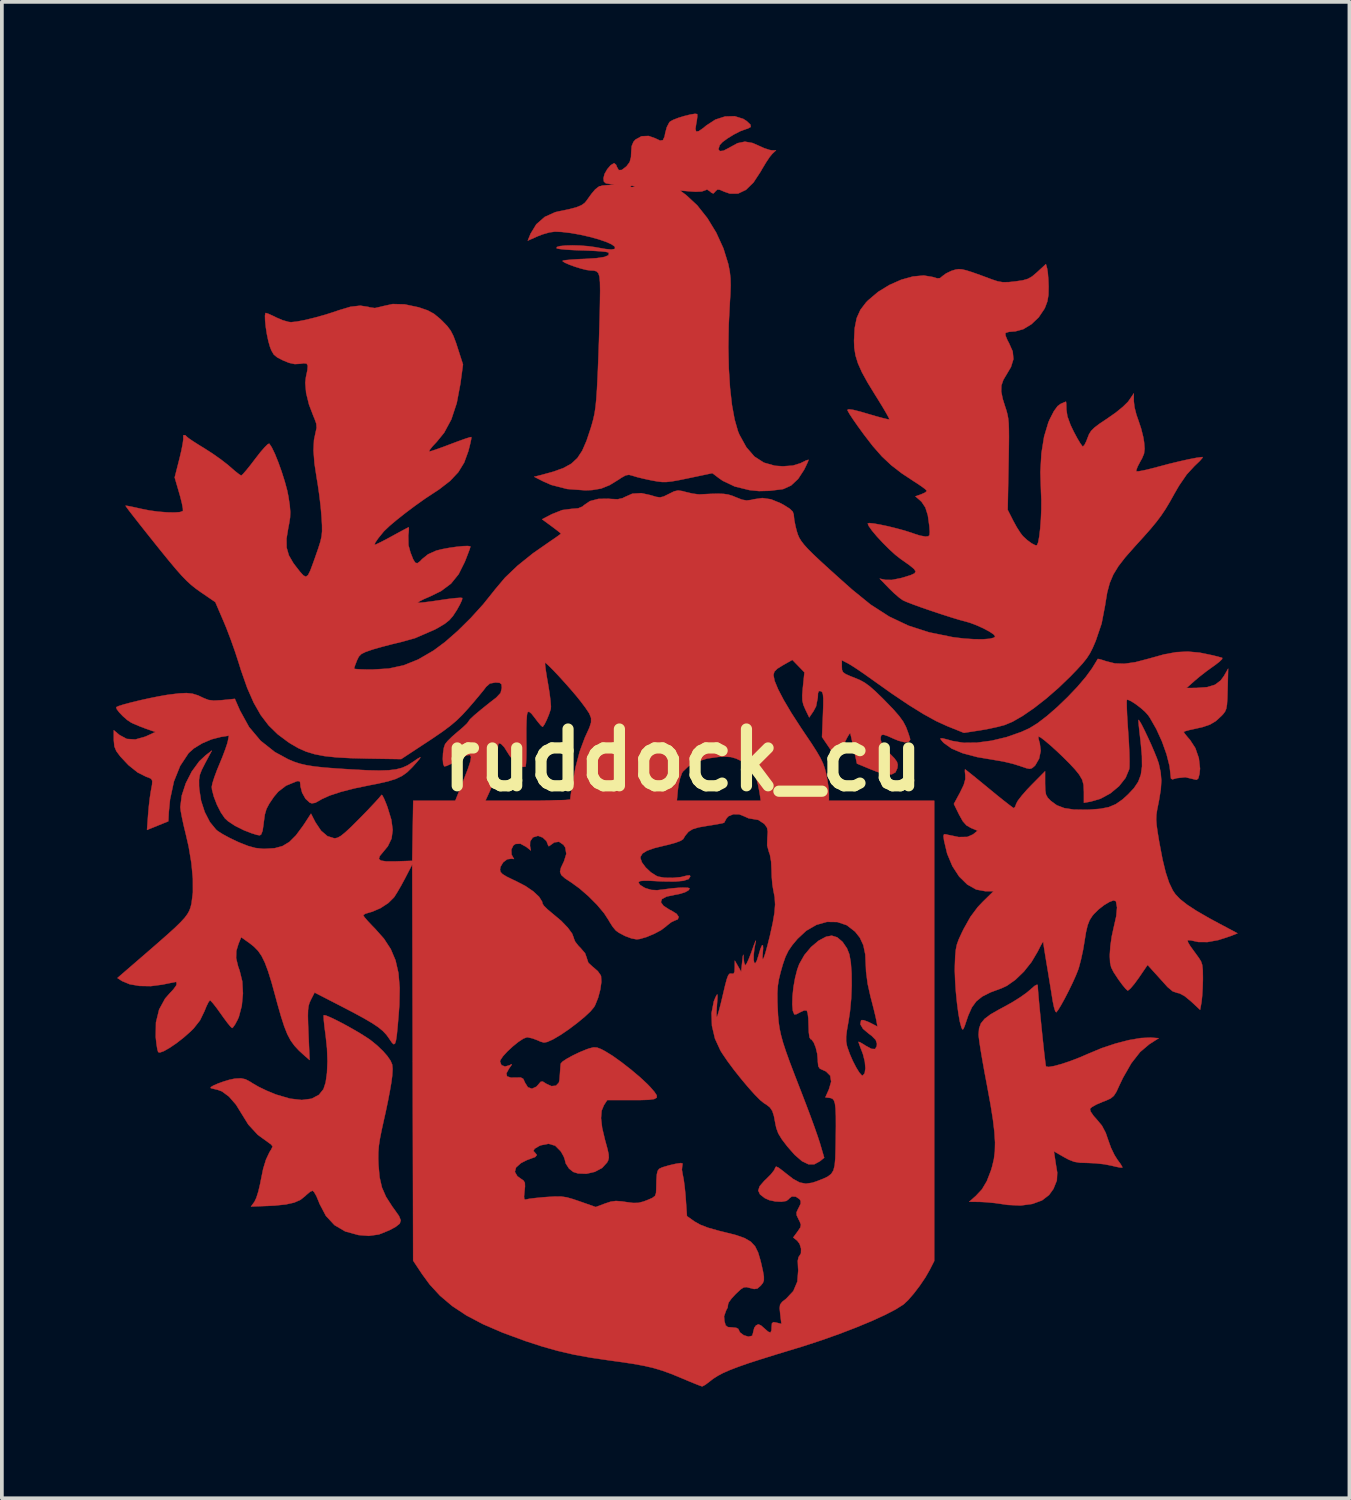
<source format=kicad_pcb>
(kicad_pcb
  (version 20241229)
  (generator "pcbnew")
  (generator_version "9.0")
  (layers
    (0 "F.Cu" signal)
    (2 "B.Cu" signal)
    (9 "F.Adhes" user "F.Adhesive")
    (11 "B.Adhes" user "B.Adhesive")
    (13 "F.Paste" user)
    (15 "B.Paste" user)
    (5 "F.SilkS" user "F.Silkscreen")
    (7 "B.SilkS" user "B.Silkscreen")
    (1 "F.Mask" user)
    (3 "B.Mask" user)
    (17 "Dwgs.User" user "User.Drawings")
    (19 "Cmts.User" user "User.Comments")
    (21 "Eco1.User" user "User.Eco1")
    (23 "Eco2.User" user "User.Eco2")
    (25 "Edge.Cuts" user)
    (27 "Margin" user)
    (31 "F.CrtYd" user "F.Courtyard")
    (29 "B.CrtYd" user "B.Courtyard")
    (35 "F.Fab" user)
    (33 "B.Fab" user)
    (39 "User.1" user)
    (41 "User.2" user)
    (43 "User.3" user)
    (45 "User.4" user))
  (footprint "ruddock_cu"
    (layer "F.Cu")
    (at 15.285 17.357)
    (property "Reference" "ruddock_cu" (at 0 0 0) (layer "F.SilkS") (effects (font (size 1.524 1.524) (thickness 0.3))))
    (attr through_hole)
    (fp_poly (pts (xy -9.587 6.856) (xy -9.465 6.906) (xy -9.295 6.988) (xy -9.095 7.092) (xy -8.884 7.209) (xy -8.679 7.328) (xy -8.499 7.441) (xy -8.385 7.519) (xy -8.209 7.662) (xy -8.044 7.821) (xy -7.933 7.949) (xy -7.849 8.072) (xy -7.806 8.173) (xy -7.794 8.292) (xy -7.805 8.468) (xy -7.806 8.483) (xy -7.827 8.645) (xy -7.867 8.878) (xy -7.92 9.156) (xy -7.982 9.453) (xy -8.015 9.599) (xy -8.085 9.915) (xy -8.134 10.159) (xy -8.164 10.356) (xy -8.178 10.53) (xy -8.18 10.706) (xy -8.174 10.864) (xy -8.144 11.2) (xy -8.081 11.474) (xy -7.971 11.725) (xy -7.801 11.99) (xy -7.738 12.076) (xy -7.623 12.239) (xy -7.576 12.355) (xy -7.603 12.444) (xy -7.711 12.53) (xy -7.888 12.625) (xy -8.162 12.735) (xy -8.432 12.773) (xy -8.71 12.751) (xy -9.064 12.655) (xy -9.355 12.484) (xy -9.586 12.235) (xy -9.759 11.906) (xy -9.775 11.861) (xy -9.84 11.706) (xy -9.902 11.597) (xy -9.944 11.559) (xy -10.013 11.592) (xy -10.112 11.675) (xy -10.14 11.703) (xy -10.268 11.805) (xy -10.436 11.879) (xy -10.661 11.929) (xy -10.96 11.96) (xy -11.144 11.969) (xy -11.597 11.986) (xy -11.504 11.859) (xy -11.453 11.752) (xy -11.398 11.578) (xy -11.349 11.368) (xy -11.335 11.295) (xy -11.269 10.971) (xy -11.193 10.723) (xy -11.099 10.525) (xy -11.051 10.45) (xy -11.016 10.37) (xy -11.062 10.314) (xy -11.082 10.301) (xy -11.413 10.061) (xy -11.667 9.786) (xy -11.822 9.536) (xy -11.997 9.253) (xy -12.186 9.035) (xy -12.376 8.894) (xy -12.49 8.852) (xy -12.608 8.824) (xy -12.675 8.807) (xy -12.677 8.781) (xy -12.605 8.737) (xy -12.484 8.684) (xy -12.334 8.63) (xy -12.179 8.583) (xy -12.041 8.554) (xy -12.018 8.551) (xy -11.865 8.543) (xy -11.744 8.569) (xy -11.609 8.641) (xy -11.551 8.679) (xy -11.39 8.772) (xy -11.176 8.875) (xy -10.952 8.968) (xy -10.917 8.981) (xy -10.548 9.089) (xy -10.232 9.125) (xy -9.971 9.091) (xy -9.773 8.987) (xy -9.651 8.835) (xy -9.592 8.654) (xy -9.556 8.398) (xy -9.543 8.088) (xy -9.555 7.746) (xy -9.592 7.394) (xy -9.592 7.393) (xy -9.621 7.177) (xy -9.64 7) (xy -9.647 6.883) (xy -9.643 6.848) (xy -9.587 6.856)) (stroke (width 0.01) (type solid)) (fill yes) (layer "F.Cu"))
    (fp_poly (pts (xy 9.525 6.048) (xy 9.53 6.141) (xy 9.543 6.307) (xy 9.563 6.529) (xy 9.588 6.79) (xy 9.616 7.071) (xy 9.645 7.356) (xy 9.674 7.627) (xy 9.7 7.867) (xy 9.723 8.059) (xy 9.739 8.184) (xy 9.748 8.226) (xy 9.821 8.238) (xy 9.966 8.213) (xy 10.166 8.159) (xy 10.403 8.079) (xy 10.658 7.981) (xy 10.884 7.883) (xy 11.243 7.733) (xy 11.614 7.61) (xy 11.972 7.517) (xy 12.293 7.462) (xy 12.553 7.45) (xy 12.571 7.451) (xy 12.774 7.466) (xy 12.518 7.63) (xy 12.275 7.836) (xy 12.039 8.137) (xy 11.814 8.53) (xy 11.716 8.735) (xy 11.637 8.907) (xy 11.568 9.013) (xy 11.484 9.083) (xy 11.356 9.142) (xy 11.263 9.177) (xy 11.101 9.246) (xy 10.98 9.314) (xy 10.928 9.363) (xy 10.946 9.437) (xy 11.025 9.552) (xy 11.108 9.645) (xy 11.25 9.815) (xy 11.351 10.007) (xy 11.417 10.199) (xy 11.491 10.405) (xy 11.585 10.601) (xy 11.667 10.731) (xy 11.75 10.844) (xy 11.795 10.922) (xy 11.797 10.94) (xy 11.743 10.939) (xy 11.622 10.916) (xy 11.507 10.888) (xy 11.312 10.85) (xy 11.074 10.824) (xy 10.87 10.815) (xy 10.66 10.809) (xy 10.506 10.784) (xy 10.364 10.73) (xy 10.232 10.659) (xy 9.96 10.503) (xy 9.989 10.696) (xy 10.017 10.88) (xy 10.047 11.061) (xy 10.049 11.069) (xy 10.039 11.285) (xy 9.947 11.513) (xy 9.829 11.676) (xy 9.64 11.821) (xy 9.38 11.916) (xy 9.068 11.958) (xy 8.72 11.942) (xy 8.607 11.925) (xy 8.377 11.892) (xy 8.136 11.869) (xy 7.973 11.861) (xy 7.686 11.857) (xy 7.864 11.7) (xy 8.029 11.523) (xy 8.16 11.302) (xy 8.271 11.014) (xy 8.303 10.906) (xy 8.349 10.711) (xy 8.375 10.502) (xy 8.38 10.266) (xy 8.363 9.989) (xy 8.324 9.658) (xy 8.261 9.26) (xy 8.173 8.781) (xy 8.161 8.715) (xy 8.097 8.377) (xy 8.041 8.062) (xy 7.994 7.786) (xy 7.96 7.566) (xy 7.941 7.417) (xy 7.938 7.37) (xy 7.951 7.204) (xy 8 7.069) (xy 8.098 6.948) (xy 8.258 6.827) (xy 8.494 6.692) (xy 8.591 6.641) (xy 8.821 6.514) (xy 9.041 6.377) (xy 9.222 6.25) (xy 9.31 6.176) (xy 9.44 6.063) (xy 9.511 6.027) (xy 9.525 6.048)) (stroke (width 0.01) (type solid)) (fill yes) (layer "F.Cu"))
    (fp_poly (pts (xy -13.167 -1.783) (xy -13.016 -1.736) (xy -12.859 -1.662) (xy -12.738 -1.615) (xy -12.596 -1.598) (xy -12.4 -1.608) (xy -12.363 -1.611) (xy -12.03 -1.645) (xy -11.892 -1.331) (xy -11.649 -0.889) (xy -11.338 -0.519) (xy -10.955 -0.216) (xy -10.596 -0.021) (xy -10.442 0.044) (xy -10.283 0.096) (xy -10.101 0.138) (xy -9.883 0.172) (xy -9.611 0.201) (xy -9.271 0.227) (xy -8.873 0.252) (xy -8.471 0.273) (xy -8.151 0.28) (xy -7.899 0.272) (xy -7.699 0.248) (xy -7.536 0.205) (xy -7.393 0.141) (xy -7.257 0.054) (xy -7.244 0.045) (xy -7.13 -0.033) (xy -7.058 -0.073) (xy -7.045 -0.073) (xy -7.076 -0.025) (xy -7.158 0.072) (xy -7.272 0.198) (xy -7.404 0.326) (xy -7.542 0.425) (xy -7.705 0.503) (xy -7.915 0.569) (xy -8.191 0.632) (xy -8.384 0.669) (xy -8.811 0.757) (xy -9.18 0.852) (xy -9.48 0.95) (xy -9.697 1.048) (xy -9.737 1.072) (xy -9.87 1.146) (xy -9.963 1.161) (xy -10.021 1.141) (xy -10.133 1.037) (xy -10.223 0.876) (xy -10.268 0.703) (xy -10.269 0.669) (xy -10.281 0.577) (xy -10.336 0.561) (xy -10.381 0.573) (xy -10.655 0.686) (xy -10.866 0.848) (xy -10.981 0.985) (xy -11.104 1.166) (xy -11.181 1.311) (xy -11.225 1.461) (xy -11.252 1.656) (xy -11.258 1.711) (xy -11.285 1.897) (xy -11.324 1.997) (xy -11.361 2.02) (xy -11.44 2.007) (xy -11.581 1.963) (xy -11.757 1.895) (xy -11.793 1.88) (xy -12.026 1.764) (xy -12.214 1.639) (xy -12.297 1.563) (xy -12.405 1.406) (xy -12.509 1.202) (xy -12.593 0.985) (xy -12.643 0.793) (xy -12.65 0.717) (xy -12.631 0.62) (xy -12.58 0.459) (xy -12.506 0.26) (xy -12.452 0.13) (xy -12.363 -0.086) (xy -12.288 -0.285) (xy -12.236 -0.439) (xy -12.221 -0.495) (xy -12.189 -0.656) (xy -12.407 -0.622) (xy -12.655 -0.558) (xy -12.907 -0.451) (xy -13.127 -0.317) (xy -13.271 -0.189) (xy -13.499 0.156) (xy -13.666 0.573) (xy -13.77 1.056) (xy -13.804 1.404) (xy -13.816 1.643) (xy -14.388 1.875) (xy -14.359 1.471) (xy -14.339 1.242) (xy -14.313 1.017) (xy -14.286 0.841) (xy -14.284 0.829) (xy -14.252 0.657) (xy -14.247 0.557) (xy -14.276 0.503) (xy -14.347 0.468) (xy -14.408 0.448) (xy -14.641 0.331) (xy -14.888 0.133) (xy -15.104 -0.097) (xy -15.212 -0.241) (xy -15.264 -0.367) (xy -15.279 -0.523) (xy -15.28 -0.555) (xy -15.28 -0.803) (xy -15.127 -0.674) (xy -14.932 -0.569) (xy -14.703 -0.554) (xy -14.437 -0.629) (xy -14.387 -0.651) (xy -14.163 -0.755) (xy -14.414 -0.842) (xy -14.592 -0.91) (xy -14.758 -0.98) (xy -14.817 -1.009) (xy -14.921 -1.078) (xy -15.034 -1.177) (xy -15.135 -1.282) (xy -15.202 -1.372) (xy -15.214 -1.422) (xy -15.146 -1.453) (xy -15.001 -1.498) (xy -14.8 -1.551) (xy -14.564 -1.608) (xy -14.313 -1.663) (xy -14.069 -1.712) (xy -13.853 -1.75) (xy -13.795 -1.758) (xy -13.527 -1.791) (xy -13.327 -1.8) (xy -13.167 -1.783)) (stroke (width 0.01) (type solid)) (fill yes) (layer "F.Cu"))
    (fp_poly (pts (xy 13.873 -2.885) (xy 14.233 -2.811) (xy 14.479 -2.746) (xy 14.475 -2.712) (xy 14.402 -2.64) (xy 14.274 -2.542) (xy 14.255 -2.529) (xy 14.064 -2.392) (xy 13.868 -2.239) (xy 13.742 -2.133) (xy 13.519 -1.935) (xy 13.791 -1.938) (xy 14.075 -1.959) (xy 14.284 -2.023) (xy 14.437 -2.138) (xy 14.524 -2.257) (xy 14.638 -2.456) (xy 14.624 -1.901) (xy 14.617 -1.658) (xy 14.606 -1.492) (xy 14.587 -1.381) (xy 14.555 -1.303) (xy 14.504 -1.235) (xy 14.461 -1.189) (xy 14.311 -1.051) (xy 14.153 -0.956) (xy 13.953 -0.887) (xy 13.754 -0.842) (xy 13.594 -0.807) (xy 13.482 -0.776) (xy 13.444 -0.756) (xy 13.475 -0.708) (xy 13.552 -0.613) (xy 13.613 -0.544) (xy 13.757 -0.323) (xy 13.851 -0.052) (xy 13.883 0.227) (xy 13.869 0.37) (xy 13.837 0.49) (xy 13.792 0.529) (xy 13.751 0.522) (xy 13.488 0.459) (xy 13.255 0.485) (xy 13.248 0.488) (xy 13.144 0.517) (xy 13.103 0.497) (xy 13.096 0.432) (xy 13.065 0.161) (xy 12.984 -0.158) (xy 12.862 -0.5) (xy 12.71 -0.834) (xy 12.539 -1.133) (xy 12.492 -1.203) (xy 12.407 -1.298) (xy 12.286 -1.404) (xy 12.153 -1.505) (xy 12.031 -1.583) (xy 11.945 -1.621) (xy 11.92 -1.618) (xy 11.914 -1.562) (xy 11.916 -1.423) (xy 11.924 -1.219) (xy 11.939 -0.967) (xy 11.954 -0.751) (xy 11.973 -0.461) (xy 11.985 -0.195) (xy 11.99 0.026) (xy 11.988 0.183) (xy 11.982 0.243) (xy 11.884 0.477) (xy 11.709 0.699) (xy 11.477 0.892) (xy 11.21 1.037) (xy 10.951 1.113) (xy 10.765 1.146) (xy 10.765 0.853) (xy 10.756 0.663) (xy 10.719 0.526) (xy 10.641 0.393) (xy 10.622 0.367) (xy 10.521 0.244) (xy 10.38 0.093) (xy 10.215 -0.072) (xy 10.041 -0.238) (xy 9.872 -0.391) (xy 9.724 -0.517) (xy 9.612 -0.603) (xy 9.55 -0.633) (xy 9.544 -0.631) (xy 9.546 -0.576) (xy 9.575 -0.467) (xy 9.581 -0.45) (xy 9.606 -0.249) (xy 9.562 -0.038) (xy 9.46 0.139) (xy 9.427 0.172) (xy 9.368 0.219) (xy 9.307 0.234) (xy 9.217 0.216) (xy 9.066 0.164) (xy 9.043 0.156) (xy 8.84 0.094) (xy 8.594 0.036) (xy 8.384 0.000332) (xy 7.902 -0.081) (xy 7.513 -0.184) (xy 7.216 -0.309) (xy 7.006 -0.459) (xy 6.975 -0.491) (xy 6.922 -0.555) (xy 6.917 -0.586) (xy 6.974 -0.584) (xy 7.105 -0.551) (xy 7.233 -0.514) (xy 7.533 -0.465) (xy 7.892 -0.469) (xy 8.286 -0.521) (xy 8.691 -0.618) (xy 9.084 -0.756) (xy 9.302 -0.855) (xy 9.517 -0.988) (xy 9.772 -1.183) (xy 10.048 -1.423) (xy 10.325 -1.689) (xy 10.587 -1.964) (xy 10.813 -2.229) (xy 10.986 -2.466) (xy 11.01 -2.506) (xy 11.083 -2.625) (xy 11.13 -2.703) (xy 11.138 -2.717) (xy 11.185 -2.71) (xy 11.295 -2.677) (xy 11.359 -2.655) (xy 11.595 -2.596) (xy 11.851 -2.587) (xy 12.146 -2.629) (xy 12.502 -2.722) (xy 12.533 -2.731) (xy 12.914 -2.837) (xy 13.244 -2.898) (xy 13.553 -2.914) (xy 13.873 -2.885)) (stroke (width 0.01) (type solid)) (fill yes) (layer "F.Cu"))
    (fp_poly (pts (xy 12.258 -1.052) (xy 12.316 -0.952) (xy 12.393 -0.799) (xy 12.482 -0.612) (xy 12.574 -0.411) (xy 12.658 -0.215) (xy 12.727 -0.045) (xy 12.771 0.082) (xy 12.776 0.099) (xy 12.826 0.331) (xy 12.844 0.548) (xy 12.83 0.784) (xy 12.783 1.072) (xy 12.765 1.165) (xy 12.731 1.335) (xy 12.711 1.471) (xy 12.706 1.598) (xy 12.717 1.743) (xy 12.743 1.93) (xy 12.785 2.185) (xy 12.793 2.229) (xy 12.876 2.665) (xy 12.961 3.014) (xy 13.051 3.287) (xy 13.15 3.495) (xy 13.219 3.598) (xy 13.345 3.731) (xy 13.533 3.88) (xy 13.793 4.05) (xy 14.133 4.246) (xy 14.379 4.379) (xy 14.889 4.65) (xy 14.7 4.725) (xy 14.376 4.831) (xy 14.081 4.885) (xy 13.836 4.883) (xy 13.768 4.868) (xy 13.641 4.84) (xy 13.56 4.835) (xy 13.55 4.839) (xy 13.56 4.89) (xy 13.616 4.986) (xy 13.634 5.011) (xy 13.742 5.16) (xy 13.852 5.311) (xy 13.853 5.313) (xy 13.909 5.402) (xy 13.942 5.5) (xy 13.957 5.635) (xy 13.96 5.834) (xy 13.96 5.9) (xy 13.953 6.125) (xy 13.94 6.334) (xy 13.924 6.491) (xy 13.919 6.52) (xy 13.885 6.705) (xy 13.642 6.478) (xy 13.469 6.336) (xy 13.329 6.261) (xy 13.277 6.251) (xy 13.151 6.209) (xy 13.014 6.095) (xy 13.009 6.09) (xy 12.889 5.957) (xy 12.745 5.797) (xy 12.669 5.714) (xy 12.475 5.499) (xy 12.234 5.852) (xy 12.119 6.009) (xy 12.02 6.126) (xy 11.952 6.184) (xy 11.938 6.187) (xy 11.885 6.139) (xy 11.796 6.031) (xy 11.688 5.884) (xy 11.672 5.859) (xy 11.562 5.692) (xy 11.498 5.565) (xy 11.469 5.442) (xy 11.461 5.282) (xy 11.461 5.218) (xy 11.476 4.993) (xy 11.513 4.733) (xy 11.56 4.518) (xy 11.633 4.195) (xy 11.655 3.957) (xy 11.628 3.803) (xy 11.617 3.783) (xy 11.556 3.768) (xy 11.445 3.81) (xy 11.306 3.894) (xy 11.161 4.007) (xy 11.031 4.135) (xy 10.99 4.186) (xy 10.918 4.298) (xy 10.865 4.434) (xy 10.821 4.62) (xy 10.784 4.848) (xy 10.742 5.1) (xy 10.687 5.354) (xy 10.631 5.568) (xy 10.61 5.631) (xy 10.548 5.787) (xy 10.46 5.982) (xy 10.358 6.192) (xy 10.252 6.398) (xy 10.153 6.577) (xy 10.073 6.708) (xy 10.023 6.771) (xy 10.022 6.771) (xy 9.995 6.739) (xy 9.962 6.631) (xy 9.928 6.468) (xy 9.923 6.437) (xy 9.891 6.234) (xy 9.848 5.973) (xy 9.802 5.69) (xy 9.77 5.499) (xy 9.732 5.269) (xy 9.701 5.075) (xy 9.68 4.938) (xy 9.673 4.879) (xy 9.653 4.898) (xy 9.601 4.988) (xy 9.529 5.131) (xy 9.521 5.146) (xy 9.359 5.42) (xy 9.154 5.678) (xy 8.926 5.898) (xy 8.696 6.06) (xy 8.558 6.124) (xy 8.258 6.235) (xy 8.038 6.346) (xy 7.877 6.475) (xy 7.758 6.638) (xy 7.662 6.852) (xy 7.617 6.983) (xy 7.563 7.143) (xy 7.528 7.221) (xy 7.503 7.23) (xy 7.478 7.183) (xy 7.476 7.175) (xy 7.435 7.024) (xy 7.395 6.799) (xy 7.359 6.525) (xy 7.329 6.227) (xy 7.309 5.929) (xy 7.299 5.657) (xy 7.301 5.514) (xy 7.31 5.271) (xy 7.326 5.095) (xy 7.355 4.951) (xy 7.407 4.808) (xy 7.489 4.631) (xy 7.536 4.535) (xy 7.718 4.21) (xy 7.915 3.946) (xy 8.046 3.808) (xy 8.337 3.522) (xy 8.131 3.522) (xy 7.874 3.475) (xy 7.633 3.339) (xy 7.416 3.126) (xy 7.234 2.847) (xy 7.094 2.512) (xy 7.011 2.163) (xy 6.995 2.04) (xy 7.01 1.991) (xy 7.068 1.994) (xy 7.099 2.003) (xy 7.402 2.066) (xy 7.634 2.062) (xy 7.788 1.995) (xy 7.91 1.896) (xy 7.732 1.821) (xy 7.611 1.751) (xy 7.513 1.64) (xy 7.414 1.462) (xy 7.274 1.177) (xy 7.439 0.872) (xy 7.539 0.666) (xy 7.582 0.511) (xy 7.581 0.407) (xy 7.57 0.299) (xy 7.573 0.248) (xy 7.574 0.248) (xy 7.616 0.278) (xy 7.721 0.361) (xy 7.876 0.486) (xy 8.069 0.644) (xy 8.221 0.769) (xy 8.433 0.943) (xy 8.619 1.092) (xy 8.766 1.206) (xy 8.859 1.275) (xy 8.885 1.29) (xy 8.921 1.248) (xy 8.949 1.17) (xy 8.995 1.086) (xy 9.097 0.954) (xy 9.237 0.794) (xy 9.351 0.675) (xy 9.723 0.299) (xy 9.723 0.626) (xy 9.728 0.808) (xy 9.747 0.924) (xy 9.793 1.009) (xy 9.877 1.095) (xy 9.877 1.096) (xy 10.039 1.213) (xy 10.239 1.289) (xy 10.495 1.328) (xy 10.824 1.333) (xy 10.914 1.33) (xy 11.208 1.307) (xy 11.434 1.262) (xy 11.621 1.183) (xy 11.8 1.058) (xy 11.947 0.925) (xy 12.109 0.753) (xy 12.223 0.583) (xy 12.294 0.395) (xy 12.326 0.17) (xy 12.323 -0.11) (xy 12.291 -0.465) (xy 12.285 -0.521) (xy 12.259 -0.741) (xy 12.24 -0.922) (xy 12.23 -1.041) (xy 12.23 -1.081) (xy 12.258 -1.052)) (stroke (width 0.01) (type solid)) (fill yes) (layer "F.Cu"))
    (fp_poly (pts (xy 0.383 -17.344) (xy 0.387 -17.286) (xy 0.372 -17.166) (xy 0.358 -17.094) (xy 0.336 -16.946) (xy 0.355 -16.876) (xy 0.423 -16.885) (xy 0.546 -16.969) (xy 0.626 -17.036) (xy 0.871 -17.196) (xy 1.132 -17.28) (xy 1.389 -17.287) (xy 1.621 -17.215) (xy 1.712 -17.156) (xy 1.812 -17.062) (xy 1.821 -16.999) (xy 1.741 -16.955) (xy 1.699 -16.943) (xy 1.549 -16.889) (xy 1.374 -16.8) (xy 1.202 -16.695) (xy 1.063 -16.593) (xy 0.987 -16.511) (xy 0.953 -16.401) (xy 0.99 -16.35) (xy 1.087 -16.36) (xy 1.233 -16.435) (xy 1.243 -16.441) (xy 1.466 -16.563) (xy 1.664 -16.604) (xy 1.868 -16.568) (xy 2.024 -16.5) (xy 2.184 -16.428) (xy 2.325 -16.382) (xy 2.389 -16.371) (xy 2.499 -16.371) (xy 2.398 -16.276) (xy 2.327 -16.19) (xy 2.229 -16.042) (xy 2.121 -15.862) (xy 2.088 -15.803) (xy 1.894 -15.507) (xy 1.692 -15.31) (xy 1.481 -15.21) (xy 1.26 -15.209) (xy 1.112 -15.26) (xy 0.992 -15.312) (xy 0.926 -15.318) (xy 0.88 -15.279) (xy 0.87 -15.266) (xy 0.818 -15.212) (xy 0.765 -15.232) (xy 0.728 -15.267) (xy 0.647 -15.32) (xy 0.591 -15.295) (xy 0.505 -15.266) (xy 0.34 -15.259) (xy 0.231 -15.266) (xy -0.074 -15.291) (xy 0.094 -15.163) (xy 0.383 -14.895) (xy 0.655 -14.552) (xy 0.895 -14.159) (xy 1.087 -13.739) (xy 1.217 -13.319) (xy 1.22 -13.305) (xy 1.257 -13.117) (xy 1.277 -12.939) (xy 1.282 -12.741) (xy 1.273 -12.493) (xy 1.261 -12.306) (xy 1.229 -11.684) (xy 1.219 -11.084) (xy 1.231 -10.518) (xy 1.264 -9.998) (xy 1.316 -9.535) (xy 1.388 -9.143) (xy 1.477 -8.832) (xy 1.515 -8.739) (xy 1.703 -8.399) (xy 1.92 -8.149) (xy 2.174 -7.986) (xy 2.471 -7.902) (xy 2.685 -7.888) (xy 2.95 -7.907) (xy 3.155 -7.97) (xy 3.188 -7.987) (xy 3.301 -8.042) (xy 3.367 -8.063) (xy 3.373 -8.06) (xy 3.353 -8.004) (xy 3.3 -7.89) (xy 3.252 -7.793) (xy 3.093 -7.549) (xy 2.903 -7.372) (xy 2.699 -7.279) (xy 2.665 -7.272) (xy 2.324 -7.23) (xy 2.043 -7.223) (xy 1.786 -7.249) (xy 1.786 -7.249) (xy 1.391 -7.346) (xy 1.067 -7.5) (xy 0.96 -7.575) (xy 0.79 -7.704) (xy 0.159 -7.571) (xy -0.104 -7.517) (xy -0.295 -7.483) (xy -0.44 -7.467) (xy -0.565 -7.467) (xy -0.695 -7.483) (xy -0.844 -7.51) (xy -1.046 -7.553) (xy -1.227 -7.597) (xy -1.35 -7.634) (xy -1.355 -7.636) (xy -1.449 -7.66) (xy -1.537 -7.645) (xy -1.654 -7.58) (xy -1.715 -7.538) (xy -1.967 -7.383) (xy -2.195 -7.291) (xy -2.439 -7.25) (xy -2.625 -7.243) (xy -3.11 -7.279) (xy -3.534 -7.388) (xy -3.746 -7.481) (xy -3.994 -7.607) (xy -3.82 -7.65) (xy -3.472 -7.746) (xy -3.202 -7.844) (xy -2.994 -7.96) (xy -2.833 -8.11) (xy -2.703 -8.308) (xy -2.589 -8.57) (xy -2.475 -8.912) (xy -2.45 -8.995) (xy -2.407 -9.15) (xy -2.373 -9.305) (xy -2.347 -9.478) (xy -2.326 -9.688) (xy -2.308 -9.952) (xy -2.291 -10.29) (xy -2.283 -10.468) (xy -2.268 -10.847) (xy -2.254 -11.253) (xy -2.242 -11.653) (xy -2.232 -12.015) (xy -2.227 -12.295) (xy -2.223 -12.603) (xy -2.227 -12.826) (xy -2.241 -12.978) (xy -2.27 -13.072) (xy -2.319 -13.122) (xy -2.391 -13.142) (xy -2.483 -13.146) (xy -2.59 -13.16) (xy -2.735 -13.196) (xy -2.894 -13.245) (xy -3.044 -13.299) (xy -3.163 -13.351) (xy -3.228 -13.391) (xy -3.225 -13.41) (xy -3.146 -13.423) (xy -2.993 -13.437) (xy -2.789 -13.45) (xy -2.615 -13.457) (xy -2.313 -13.477) (xy -2.107 -13.509) (xy -1.999 -13.554) (xy -1.989 -13.611) (xy -2.004 -13.629) (xy -2.065 -13.645) (xy -2.206 -13.66) (xy -2.407 -13.673) (xy -2.647 -13.683) (xy -2.695 -13.684) (xy -2.942 -13.693) (xy -3.152 -13.706) (xy -3.307 -13.722) (xy -3.386 -13.738) (xy -3.39 -13.741) (xy -3.385 -13.775) (xy -3.3 -13.8) (xy -3.153 -13.815) (xy -2.965 -13.82) (xy -2.754 -13.814) (xy -2.539 -13.797) (xy -2.339 -13.769) (xy -2.313 -13.763) (xy -2.078 -13.722) (xy -1.926 -13.708) (xy -1.842 -13.721) (xy -1.826 -13.732) (xy -1.827 -13.783) (xy -1.911 -13.845) (xy -2.061 -13.913) (xy -2.262 -13.982) (xy -2.497 -14.047) (xy -2.752 -14.105) (xy -3.009 -14.151) (xy -3.254 -14.18) (xy -3.434 -14.188) (xy -3.584 -14.168) (xy -3.771 -14.114) (xy -3.892 -14.067) (xy -4.166 -13.946) (xy -4.092 -14.129) (xy -3.936 -14.386) (xy -3.709 -14.584) (xy -3.43 -14.71) (xy -3.344 -14.73) (xy -3.064 -14.788) (xy -2.865 -14.84) (xy -2.729 -14.895) (xy -2.639 -14.958) (xy -2.593 -15.012) (xy -2.457 -15.201) (xy -2.354 -15.323) (xy -2.266 -15.391) (xy -1.417 -15.391) (xy -1.368 -15.383) (xy -1.304 -15.392) (xy -1.303 -15.409) (xy -1.37 -15.421) (xy -1.398 -15.413) (xy -1.417 -15.391) (xy -2.266 -15.391) (xy -2.264 -15.392) (xy -2.166 -15.425) (xy -2.038 -15.436) (xy -2.017 -15.437) (xy -1.882 -15.443) (xy -1.842 -15.449) (xy -1.89 -15.458) (xy -1.947 -15.465) (xy -2.07 -15.486) (xy -2.122 -15.532) (xy -2.133 -15.623) (xy -2.104 -15.737) (xy -2.031 -15.865) (xy -1.94 -15.971) (xy -1.854 -16.023) (xy -1.844 -16.024) (xy -1.795 -15.983) (xy -1.772 -15.925) (xy -1.723 -15.84) (xy -1.642 -15.844) (xy -1.522 -15.936) (xy -1.511 -15.947) (xy -1.43 -16.055) (xy -1.394 -16.189) (xy -1.389 -16.311) (xy -1.376 -16.484) (xy -1.328 -16.599) (xy -1.274 -16.66) (xy -1.112 -16.749) (xy -0.92 -16.757) (xy -0.744 -16.694) (xy -0.614 -16.633) (xy -0.537 -16.645) (xy -0.493 -16.74) (xy -0.475 -16.837) (xy -0.433 -16.992) (xy -0.369 -17.116) (xy -0.347 -17.141) (xy -0.262 -17.189) (xy -0.123 -17.243) (xy 0.041 -17.293) (xy 0.2 -17.332) (xy 0.325 -17.352) (xy 0.383 -17.344)) (stroke (width 0.01) (type solid)) (fill yes) (layer "F.Cu"))
    (fp_poly (pts (xy 9.779 -13.194) (xy 9.796 -13.084) (xy 9.81 -12.911) (xy 9.818 -12.714) (xy 9.818 -12.711) (xy 9.813 -12.486) (xy 9.784 -12.316) (xy 9.725 -12.157) (xy 9.701 -12.109) (xy 9.551 -11.887) (xy 9.356 -11.702) (xy 9.139 -11.57) (xy 8.926 -11.511) (xy 8.889 -11.509) (xy 8.755 -11.498) (xy 8.668 -11.471) (xy 8.657 -11.46) (xy 8.663 -11.393) (xy 8.711 -11.275) (xy 8.754 -11.196) (xy 8.854 -10.971) (xy 8.873 -10.766) (xy 8.807 -10.553) (xy 8.706 -10.382) (xy 8.603 -10.21) (xy 8.55 -10.058) (xy 8.545 -9.896) (xy 8.586 -9.696) (xy 8.649 -9.496) (xy 8.685 -9.386) (xy 8.712 -9.284) (xy 8.732 -9.178) (xy 8.745 -9.051) (xy 8.751 -8.889) (xy 8.753 -8.676) (xy 8.75 -8.398) (xy 8.744 -8.04) (xy 8.742 -7.936) (xy 8.719 -6.719) (xy 8.869 -6.423) (xy 8.964 -6.25) (xy 9.061 -6.099) (xy 9.126 -6.015) (xy 9.244 -5.906) (xy 9.364 -5.818) (xy 9.461 -5.768) (xy 9.505 -5.768) (xy 9.538 -5.848) (xy 9.567 -6.005) (xy 9.592 -6.219) (xy 9.611 -6.468) (xy 9.622 -6.73) (xy 9.623 -6.984) (xy 9.614 -7.194) (xy 9.597 -7.734) (xy 9.625 -8.237) (xy 9.697 -8.686) (xy 9.811 -9.065) (xy 9.846 -9.146) (xy 9.959 -9.367) (xy 10.06 -9.505) (xy 10.141 -9.564) (xy 10.239 -9.607) (xy 10.284 -9.624) (xy 10.29 -9.58) (xy 10.294 -9.468) (xy 10.295 -9.413) (xy 10.322 -9.229) (xy 10.406 -8.998) (xy 10.493 -8.816) (xy 10.587 -8.641) (xy 10.668 -8.505) (xy 10.724 -8.428) (xy 10.736 -8.419) (xy 10.777 -8.455) (xy 10.83 -8.56) (xy 10.86 -8.64) (xy 10.903 -8.749) (xy 10.959 -8.838) (xy 11.046 -8.925) (xy 11.181 -9.028) (xy 11.383 -9.163) (xy 11.393 -9.17) (xy 11.623 -9.331) (xy 11.814 -9.487) (xy 11.948 -9.619) (xy 11.976 -9.657) (xy 12.105 -9.846) (xy 12.105 -9.635) (xy 12.124 -9.473) (xy 12.175 -9.272) (xy 12.227 -9.124) (xy 12.3 -8.907) (xy 12.359 -8.672) (xy 12.381 -8.536) (xy 12.395 -8.357) (xy 12.379 -8.227) (xy 12.325 -8.098) (xy 12.278 -8.016) (xy 12.208 -7.882) (xy 12.172 -7.785) (xy 12.173 -7.753) (xy 12.231 -7.753) (xy 12.363 -7.777) (xy 12.551 -7.821) (xy 12.762 -7.876) (xy 13.048 -7.952) (xy 13.329 -8.02) (xy 13.585 -8.077) (xy 13.793 -8.117) (xy 13.932 -8.135) (xy 13.953 -8.136) (xy 13.942 -8.106) (xy 13.871 -8.026) (xy 13.754 -7.914) (xy 13.733 -7.894) (xy 13.525 -7.668) (xy 13.32 -7.369) (xy 13.2 -7.162) (xy 13.072 -6.933) (xy 12.957 -6.741) (xy 12.842 -6.569) (xy 12.713 -6.397) (xy 12.556 -6.207) (xy 12.356 -5.981) (xy 12.128 -5.73) (xy 11.877 -5.446) (xy 11.69 -5.204) (xy 11.554 -4.981) (xy 11.458 -4.754) (xy 11.39 -4.5) (xy 11.34 -4.197) (xy 11.333 -4.149) (xy 11.24 -3.665) (xy 11.084 -3.205) (xy 11.004 -3.018) (xy 10.928 -2.868) (xy 10.841 -2.733) (xy 10.727 -2.591) (xy 10.571 -2.421) (xy 10.398 -2.242) (xy 10.082 -1.938) (xy 9.754 -1.653) (xy 9.429 -1.399) (xy 9.121 -1.187) (xy 8.848 -1.03) (xy 8.637 -0.942) (xy 8.447 -0.892) (xy 8.208 -0.84) (xy 7.969 -0.797) (xy 7.951 -0.795) (xy 7.544 -0.732) (xy 7.096 -0.912) (xy 6.803 -1.046) (xy 6.46 -1.235) (xy 6.061 -1.482) (xy 5.602 -1.791) (xy 5.085 -2.158) (xy 4.877 -2.306) (xy 4.683 -2.439) (xy 4.524 -2.542) (xy 4.428 -2.599) (xy 4.266 -2.681) (xy 4.266 -2.511) (xy 4.271 -2.421) (xy 4.3 -2.359) (xy 4.371 -2.308) (xy 4.506 -2.249) (xy 4.602 -2.212) (xy 4.752 -2.149) (xy 4.883 -2.077) (xy 5.016 -1.98) (xy 5.17 -1.844) (xy 5.366 -1.654) (xy 5.421 -1.598) (xy 5.643 -1.369) (xy 5.802 -1.187) (xy 5.912 -1.036) (xy 5.985 -0.898) (xy 6.003 -0.854) (xy 6.058 -0.703) (xy 6.094 -0.59) (xy 6.102 -0.55) (xy 6.062 -0.489) (xy 5.952 -0.48) (xy 5.787 -0.521) (xy 5.668 -0.57) (xy 5.49 -0.649) (xy 5.383 -0.683) (xy 5.329 -0.673) (xy 5.31 -0.618) (xy 5.308 -0.556) (xy 5.337 -0.443) (xy 5.429 -0.308) (xy 5.549 -0.181) (xy 5.678 -0.048) (xy 5.746 0.046) (xy 5.768 0.126) (xy 5.758 0.214) (xy 5.706 0.329) (xy 5.603 0.384) (xy 5.441 0.379) (xy 5.212 0.314) (xy 5.043 0.248) (xy 4.672 0.094) (xy 4.59 -0.288) (xy 4.549 -0.475) (xy 4.516 -0.625) (xy 4.495 -0.712) (xy 4.493 -0.719) (xy 4.467 -0.701) (xy 4.412 -0.61) (xy 4.337 -0.463) (xy 4.307 -0.398) (xy 4.137 -0.027) (xy 3.935 -0.324) (xy 3.734 -0.62) (xy 3.759 -1.22) (xy 3.768 -1.476) (xy 3.769 -1.651) (xy 3.76 -1.759) (xy 3.741 -1.82) (xy 3.71 -1.848) (xy 3.702 -1.851) (xy 3.65 -1.854) (xy 3.626 -1.796) (xy 3.621 -1.683) (xy 3.575 -1.445) (xy 3.506 -1.314) (xy 3.391 -1.145) (xy 3.287 -1.36) (xy 3.234 -1.484) (xy 3.207 -1.599) (xy 3.203 -1.739) (xy 3.219 -1.939) (xy 3.222 -1.966) (xy 3.262 -2.356) (xy 3.1 -2.524) (xy 2.938 -2.691) (xy 2.685 -2.548) (xy 2.533 -2.454) (xy 2.455 -2.374) (xy 2.431 -2.289) (xy 2.431 -2.281) (xy 2.462 -2.126) (xy 2.555 -1.902) (xy 2.705 -1.615) (xy 2.909 -1.27) (xy 3.165 -0.874) (xy 3.263 -0.728) (xy 3.452 -0.448) (xy 3.591 -0.23) (xy 3.691 -0.058) (xy 3.76 0.086) (xy 3.808 0.22) (xy 3.842 0.348) (xy 3.882 0.555) (xy 3.91 0.756) (xy 3.919 0.89) (xy 3.919 1.091) (xy 6.747 1.091) (xy 6.747 13.447) (xy 6.628 13.682) (xy 6.51 13.888) (xy 6.359 14.111) (xy 6.196 14.325) (xy 6.041 14.503) (xy 5.918 14.617) (xy 5.71 14.748) (xy 5.419 14.898) (xy 5.061 15.062) (xy 4.648 15.233) (xy 4.195 15.407) (xy 3.715 15.577) (xy 3.223 15.738) (xy 3.026 15.798) (xy 2.521 15.951) (xy 2.102 16.082) (xy 1.757 16.193) (xy 1.478 16.291) (xy 1.254 16.377) (xy 1.075 16.456) (xy 0.931 16.533) (xy 0.811 16.61) (xy 0.707 16.691) (xy 0.601 16.771) (xy 0.525 16.812) (xy 0.514 16.814) (xy 0.454 16.794) (xy 0.322 16.742) (xy 0.14 16.667) (xy -0.05 16.587) (xy -0.312 16.479) (xy -0.549 16.393) (xy -0.782 16.323) (xy -1.033 16.264) (xy -1.326 16.21) (xy -1.681 16.157) (xy -1.944 16.121) (xy -2.469 16.044) (xy -2.928 15.961) (xy -3.355 15.862) (xy -3.784 15.741) (xy -4.224 15.598) (xy -4.838 15.372) (xy -5.365 15.145) (xy -5.813 14.909) (xy -6.195 14.656) (xy -6.52 14.381) (xy -6.8 14.077) (xy -7.002 13.801) (xy -7.243 13.438) (xy -7.255 8.12) (xy -7.267 2.941) (xy -4.911 2.941) (xy -4.897 3.003) (xy -4.843 3.061) (xy -4.734 3.128) (xy -4.553 3.216) (xy -4.488 3.246) (xy -4.231 3.379) (xy -4.017 3.525) (xy -3.862 3.67) (xy -3.78 3.801) (xy -3.77 3.853) (xy -3.733 3.911) (xy -3.636 4.007) (xy -3.499 4.122) (xy -3.482 4.136) (xy -3.264 4.319) (xy -3.091 4.499) (xy -2.974 4.659) (xy -2.927 4.784) (xy -2.927 4.793) (xy -2.892 4.876) (xy -2.805 4.987) (xy -2.753 5.039) (xy -2.628 5.184) (xy -2.58 5.315) (xy -2.58 5.321) (xy -2.539 5.441) (xy -2.412 5.558) (xy -2.405 5.562) (xy -2.286 5.666) (xy -2.208 5.776) (xy -2.198 5.802) (xy -2.19 5.957) (xy -2.219 6.162) (xy -2.277 6.38) (xy -2.355 6.575) (xy -2.387 6.632) (xy -2.483 6.747) (xy -2.642 6.896) (xy -2.843 7.061) (xy -3.063 7.227) (xy -3.28 7.375) (xy -3.473 7.489) (xy -3.509 7.507) (xy -3.643 7.567) (xy -3.733 7.583) (xy -3.826 7.557) (xy -3.895 7.525) (xy -4.041 7.47) (xy -4.17 7.442) (xy -4.185 7.441) (xy -4.28 7.475) (xy -4.415 7.563) (xy -4.566 7.685) (xy -4.713 7.821) (xy -4.832 7.951) (xy -4.902 8.056) (xy -4.911 8.092) (xy -4.873 8.189) (xy -4.778 8.227) (xy -4.658 8.194) (xy -4.653 8.191) (xy -4.599 8.162) (xy -4.601 8.185) (xy -4.663 8.274) (xy -4.67 8.283) (xy -4.739 8.41) (xy -4.723 8.49) (xy -4.619 8.525) (xy -4.484 8.524) (xy -4.355 8.521) (xy -4.288 8.556) (xy -4.245 8.647) (xy -4.242 8.657) (xy -4.163 8.783) (xy -4.054 8.822) (xy -3.936 8.769) (xy -3.887 8.716) (xy -3.82 8.637) (xy -3.764 8.629) (xy -3.674 8.686) (xy -3.672 8.688) (xy -3.53 8.753) (xy -3.409 8.741) (xy -3.331 8.659) (xy -3.315 8.589) (xy -3.303 8.434) (xy -3.296 8.334) (xy -3.287 8.214) (xy -3.281 8.149) (xy -3.235 8.096) (xy -3.119 8.019) (xy -2.957 7.93) (xy -2.773 7.842) (xy -2.588 7.766) (xy -2.519 7.742) (xy -2.403 7.712) (xy -2.306 7.717) (xy -2.19 7.762) (xy -2.087 7.817) (xy -1.889 7.939) (xy -1.65 8.11) (xy -1.396 8.308) (xy -1.155 8.511) (xy -0.955 8.697) (xy -0.878 8.777) (xy -0.765 8.907) (xy -0.704 9) (xy -0.703 9.062) (xy -0.771 9.1) (xy -0.915 9.12) (xy -1.144 9.127) (xy -1.363 9.128) (xy -2.032 9.128) (xy -2.119 9.261) (xy -2.183 9.413) (xy -2.199 9.613) (xy -2.169 9.873) (xy -2.09 10.206) (xy -2.082 10.233) (xy -2.025 10.443) (xy -1.995 10.582) (xy -1.99 10.676) (xy -2.008 10.749) (xy -2.036 10.803) (xy -2.17 10.95) (xy -2.366 11.054) (xy -2.592 11.106) (xy -2.818 11.097) (xy -2.944 11.057) (xy -3.058 10.966) (xy -3.146 10.829) (xy -3.175 10.713) (xy -3.2 10.644) (xy -3.263 10.531) (xy -3.286 10.496) (xy -3.429 10.352) (xy -3.608 10.3) (xy -3.815 10.341) (xy -3.857 10.359) (xy -3.982 10.433) (xy -4.014 10.493) (xy -3.969 10.542) (xy -3.921 10.602) (xy -3.967 10.657) (xy -4.056 10.689) (xy -4.193 10.74) (xy -4.342 10.816) (xy -4.353 10.823) (xy -4.481 10.937) (xy -4.512 11.055) (xy -4.446 11.17) (xy -4.368 11.227) (xy -4.283 11.285) (xy -4.244 11.347) (xy -4.24 11.449) (xy -4.252 11.569) (xy -4.266 11.717) (xy -4.258 11.787) (xy -4.225 11.8) (xy -4.205 11.794) (xy -4.123 11.777) (xy -3.969 11.758) (xy -3.769 11.738) (xy -3.663 11.73) (xy -3.435 11.716) (xy -3.266 11.717) (xy -3.117 11.739) (xy -2.949 11.787) (xy -2.77 11.848) (xy -2.341 11.999) (xy -2.094 11.906) (xy -1.937 11.854) (xy -1.799 11.836) (xy -1.635 11.848) (xy -1.532 11.864) (xy -1.34 11.889) (xy -1.199 11.887) (xy -1.063 11.853) (xy -0.967 11.817) (xy -0.824 11.756) (xy -0.75 11.701) (xy -0.722 11.622) (xy -0.716 11.502) (xy -0.711 11.272) (xy -0.7 11.12) (xy -0.678 11.028) (xy -0.639 10.975) (xy -0.574 10.942) (xy -0.533 10.927) (xy -0.37 10.879) (xy -0.191 10.838) (xy -0.178 10.836) (xy -0.056 10.818) (xy -0.009 10.831) (xy -0.015 10.881) (xy -0.018 10.89) (xy -0.028 10.999) (xy -0.005 11.132) (xy 0.019 11.25) (xy 0.044 11.434) (xy 0.067 11.655) (xy 0.075 11.764) (xy 0.108 12.243) (xy 0.314 12.389) (xy 0.465 12.474) (xy 0.672 12.554) (xy 0.953 12.634) (xy 1.116 12.674) (xy 1.428 12.753) (xy 1.658 12.834) (xy 1.822 12.93) (xy 1.937 13.054) (xy 2.019 13.221) (xy 2.085 13.444) (xy 2.098 13.498) (xy 2.148 13.719) (xy 2.173 13.867) (xy 2.173 13.965) (xy 2.148 14.035) (xy 2.095 14.102) (xy 2.08 14.117) (xy 1.998 14.188) (xy 1.911 14.2) (xy 1.806 14.174) (xy 1.707 14.149) (xy 1.632 14.157) (xy 1.549 14.21) (xy 1.431 14.321) (xy 1.411 14.34) (xy 1.299 14.462) (xy 1.227 14.563) (xy 1.211 14.616) (xy 1.201 14.696) (xy 1.157 14.781) (xy 1.104 14.934) (xy 1.114 15.059) (xy 1.146 15.175) (xy 1.206 15.222) (xy 1.317 15.23) (xy 1.431 15.242) (xy 1.487 15.271) (xy 1.488 15.276) (xy 1.531 15.365) (xy 1.632 15.441) (xy 1.753 15.478) (xy 1.765 15.478) (xy 1.858 15.456) (xy 1.885 15.371) (xy 1.885 15.36) (xy 1.916 15.241) (xy 1.961 15.179) (xy 2.024 15.148) (xy 2.096 15.178) (xy 2.175 15.247) (xy 2.288 15.346) (xy 2.351 15.368) (xy 2.377 15.311) (xy 2.381 15.225) (xy 2.39 15.12) (xy 2.432 15.089) (xy 2.512 15.103) (xy 2.644 15.136) (xy 2.612 14.87) (xy 2.597 14.714) (xy 2.609 14.619) (xy 2.663 14.546) (xy 2.772 14.46) (xy 2.963 14.257) (xy 3.072 14.001) (xy 3.096 13.695) (xy 3.091 13.627) (xy 3.083 13.441) (xy 3.106 13.338) (xy 3.119 13.324) (xy 3.169 13.242) (xy 3.172 13.116) (xy 3.132 12.986) (xy 3.068 12.902) (xy 2.961 12.816) (xy 3.079 12.657) (xy 3.151 12.55) (xy 3.168 12.475) (xy 3.134 12.384) (xy 3.108 12.335) (xy 3.054 12.221) (xy 3.05 12.141) (xy 3.096 12.041) (xy 3.108 12.02) (xy 3.162 11.907) (xy 3.16 11.833) (xy 3.13 11.787) (xy 3.032 11.721) (xy 2.925 11.715) (xy 2.851 11.771) (xy 2.846 11.782) (xy 2.778 11.835) (xy 2.647 11.857) (xy 2.483 11.849) (xy 2.319 11.814) (xy 2.202 11.762) (xy 2.07 11.66) (xy 2.022 11.557) (xy 2.06 11.44) (xy 2.185 11.295) (xy 2.238 11.246) (xy 2.363 11.12) (xy 2.45 11.009) (xy 2.48 10.941) (xy 2.501 10.912) (xy 2.569 10.943) (xy 2.695 11.038) (xy 2.741 11.076) (xy 2.957 11.244) (xy 3.134 11.34) (xy 3.298 11.372) (xy 3.472 11.347) (xy 3.587 11.309) (xy 3.762 11.241) (xy 3.891 11.18) (xy 3.981 11.11) (xy 4.04 11.015) (xy 4.074 10.88) (xy 4.091 10.688) (xy 4.099 10.423) (xy 4.103 10.186) (xy 4.107 9.828) (xy 4.106 9.556) (xy 4.098 9.36) (xy 4.082 9.225) (xy 4.056 9.141) (xy 4.018 9.094) (xy 3.966 9.073) (xy 3.943 9.069) (xy 3.824 9.054) (xy 3.919 8.841) (xy 3.98 8.633) (xy 3.955 8.472) (xy 3.843 8.36) (xy 3.771 8.327) (xy 3.677 8.284) (xy 3.634 8.22) (xy 3.622 8.1) (xy 3.621 8.055) (xy 3.606 7.885) (xy 3.566 7.717) (xy 3.511 7.579) (xy 3.451 7.5) (xy 3.426 7.491) (xy 3.398 7.444) (xy 3.38 7.313) (xy 3.373 7.122) (xy 3.367 6.939) (xy 3.35 6.798) (xy 3.325 6.724) (xy 3.322 6.721) (xy 3.248 6.723) (xy 3.144 6.771) (xy 3.048 6.822) (xy 2.992 6.828) (xy 2.991 6.828) (xy 2.951 6.731) (xy 2.936 6.562) (xy 2.942 6.343) (xy 2.967 6.099) (xy 3.011 5.851) (xy 3.069 5.624) (xy 3.123 5.476) (xy 3.261 5.233) (xy 3.44 5.019) (xy 3.64 4.85) (xy 3.842 4.742) (xy 3.995 4.713) (xy 4.142 4.758) (xy 4.285 4.879) (xy 4.404 5.053) (xy 4.468 5.214) (xy 4.507 5.433) (xy 4.528 5.723) (xy 4.531 6.057) (xy 4.517 6.408) (xy 4.485 6.749) (xy 4.445 7.011) (xy 4.403 7.251) (xy 4.382 7.422) (xy 4.382 7.55) (xy 4.402 7.663) (xy 4.414 7.706) (xy 4.479 7.889) (xy 4.561 8.077) (xy 4.65 8.25) (xy 4.733 8.385) (xy 4.8 8.461) (xy 4.827 8.47) (xy 4.88 8.405) (xy 4.899 8.272) (xy 4.884 8.097) (xy 4.836 7.904) (xy 4.815 7.845) (xy 4.759 7.699) (xy 4.722 7.595) (xy 4.713 7.563) (xy 4.75 7.573) (xy 4.843 7.627) (xy 4.908 7.669) (xy 5.062 7.752) (xy 5.158 7.757) (xy 5.203 7.683) (xy 5.209 7.614) (xy 5.176 7.513) (xy 5.067 7.402) (xy 4.986 7.342) (xy 4.834 7.213) (xy 4.764 7.093) (xy 4.781 6.995) (xy 4.793 6.981) (xy 4.852 6.982) (xy 4.964 7.023) (xy 5.024 7.051) (xy 5.223 7.153) (xy 5.193 6.987) (xy 5.167 6.866) (xy 5.122 6.681) (xy 5.066 6.462) (xy 5.037 6.353) (xy 4.959 6.003) (xy 4.917 5.678) (xy 4.911 5.534) (xy 4.896 5.217) (xy 4.844 4.969) (xy 4.75 4.767) (xy 4.622 4.605) (xy 4.4 4.433) (xy 4.144 4.347) (xy 3.867 4.343) (xy 3.586 4.422) (xy 3.312 4.58) (xy 3.077 4.798) (xy 2.935 4.968) (xy 2.832 5.118) (xy 2.753 5.28) (xy 2.682 5.485) (xy 2.625 5.686) (xy 2.576 5.883) (xy 2.547 6.062) (xy 2.535 6.256) (xy 2.537 6.499) (xy 2.543 6.645) (xy 2.553 6.849) (xy 2.569 7.03) (xy 2.594 7.203) (xy 2.632 7.381) (xy 2.686 7.579) (xy 2.762 7.811) (xy 2.862 8.091) (xy 2.992 8.433) (xy 3.154 8.851) (xy 3.178 8.912) (xy 3.302 9.235) (xy 3.422 9.553) (xy 3.529 9.846) (xy 3.615 10.092) (xy 3.674 10.271) (xy 3.681 10.294) (xy 3.793 10.676) (xy 3.677 10.77) (xy 3.528 10.851) (xy 3.37 10.851) (xy 3.196 10.767) (xy 3 10.597) (xy 2.803 10.373) (xy 2.655 10.179) (xy 2.561 10.024) (xy 2.507 9.878) (xy 2.483 9.765) (xy 2.444 9.557) (xy 2.4 9.42) (xy 2.337 9.326) (xy 2.238 9.248) (xy 2.175 9.209) (xy 2.071 9.125) (xy 1.924 8.976) (xy 1.75 8.781) (xy 1.562 8.557) (xy 1.374 8.321) (xy 1.202 8.09) (xy 1.06 7.882) (xy 1.009 7.801) (xy 0.86 7.477) (xy 0.779 7.132) (xy 0.768 6.791) (xy 0.829 6.479) (xy 0.871 6.375) (xy 0.908 6.303) (xy 0.926 6.292) (xy 0.929 6.352) (xy 0.919 6.496) (xy 0.914 6.561) (xy 0.903 6.728) (xy 0.902 6.848) (xy 0.91 6.896) (xy 0.911 6.896) (xy 0.931 6.85) (xy 0.967 6.727) (xy 1.015 6.543) (xy 1.069 6.318) (xy 1.073 6.3) (xy 1.132 6.05) (xy 1.177 5.882) (xy 1.214 5.782) (xy 1.249 5.737) (xy 1.287 5.73) (xy 1.299 5.733) (xy 1.358 5.736) (xy 1.385 5.682) (xy 1.391 5.572) (xy 1.393 5.383) (xy 1.478 5.531) (xy 1.563 5.68) (xy 1.592 5.407) (xy 1.608 5.269) (xy 1.619 5.224) (xy 1.626 5.269) (xy 1.629 5.321) (xy 1.644 5.44) (xy 1.669 5.504) (xy 1.677 5.507) (xy 1.71 5.463) (xy 1.764 5.347) (xy 1.829 5.182) (xy 1.85 5.122) (xy 1.907 4.964) (xy 1.945 4.867) (xy 1.959 4.844) (xy 1.956 4.862) (xy 1.918 5.061) (xy 1.9 5.232) (xy 1.899 5.363) (xy 1.914 5.441) (xy 1.942 5.455) (xy 1.981 5.393) (xy 2.028 5.246) (xy 2.08 5.071) (xy 2.121 4.977) (xy 2.147 4.969) (xy 2.153 5.05) (xy 2.146 5.14) (xy 2.135 5.291) (xy 2.143 5.348) (xy 2.168 5.313) (xy 2.211 5.189) (xy 2.269 4.98) (xy 2.336 4.712) (xy 2.412 4.369) (xy 2.458 4.098) (xy 2.475 3.877) (xy 2.464 3.683) (xy 2.428 3.497) (xy 2.402 3.342) (xy 2.385 3.136) (xy 2.379 2.952) (xy 2.368 2.724) (xy 2.336 2.541) (xy 2.309 2.467) (xy 2.261 2.292) (xy 2.267 2.081) (xy 2.278 1.921) (xy 2.259 1.817) (xy 2.198 1.729) (xy 2.181 1.71) (xy 2.024 1.606) (xy 1.912 1.587) (xy 1.762 1.562) (xy 1.648 1.51) (xy 1.506 1.454) (xy 1.35 1.455) (xy 1.22 1.508) (xy 1.171 1.563) (xy 1.124 1.648) (xy 1.106 1.681) (xy 1.055 1.696) (xy 0.929 1.72) (xy 0.751 1.75) (xy 0.66 1.764) (xy 0.424 1.805) (xy 0.263 1.853) (xy 0.15 1.923) (xy 0.062 2.029) (xy 0.005 2.123) (xy -0.062 2.167) (xy -0.204 2.22) (xy -0.401 2.274) (xy -0.477 2.291) (xy -0.765 2.362) (xy -0.964 2.432) (xy -1.085 2.507) (xy -1.137 2.592) (xy -1.141 2.629) (xy -1.101 2.746) (xy -0.999 2.883) (xy -0.861 3.013) (xy -0.711 3.108) (xy -0.66 3.129) (xy -0.489 3.158) (xy -0.271 3.161) (xy -0.053 3.14) (xy 0.112 3.099) (xy 0.184 3.094) (xy 0.198 3.121) (xy 0.153 3.194) (xy 0.014 3.24) (xy -0.218 3.261) (xy -0.544 3.257) (xy -0.633 3.253) (xy -0.879 3.24) (xy -1.043 3.238) (xy -1.138 3.246) (xy -1.182 3.267) (xy -1.191 3.292) (xy -1.149 3.352) (xy -1.043 3.42) (xy -0.996 3.441) (xy -0.848 3.485) (xy -0.695 3.493) (xy -0.512 3.471) (xy -0.306 3.444) (xy -0.098 3.426) (xy -0.002 3.423) (xy 0.13 3.427) (xy 0.179 3.442) (xy 0.162 3.48) (xy 0.142 3.501) (xy 0.051 3.55) (xy -0.099 3.595) (xy -0.218 3.617) (xy -0.439 3.664) (xy -0.564 3.731) (xy -0.592 3.815) (xy -0.522 3.912) (xy -0.355 4.019) (xy -0.306 4.042) (xy -0.17 4.127) (xy -0.113 4.21) (xy -0.139 4.276) (xy -0.221 4.308) (xy -0.317 4.354) (xy -0.433 4.445) (xy -0.456 4.467) (xy -0.588 4.566) (xy -0.775 4.665) (xy -0.978 4.75) (xy -1.161 4.803) (xy -1.244 4.812) (xy -1.384 4.786) (xy -1.559 4.72) (xy -1.722 4.633) (xy -1.802 4.575) (xy -1.886 4.474) (xy -1.974 4.336) (xy -1.989 4.307) (xy -2.116 4.111) (xy -2.305 3.886) (xy -2.533 3.657) (xy -2.776 3.446) (xy -2.992 3.289) (xy -3.167 3.173) (xy -3.266 3.084) (xy -3.299 2.996) (xy -3.274 2.887) (xy -3.199 2.729) (xy -3.194 2.719) (xy -3.131 2.518) (xy -3.158 2.348) (xy -3.207 2.274) (xy -3.327 2.192) (xy -3.453 2.209) (xy -3.531 2.265) (xy -3.6 2.314) (xy -3.621 2.286) (xy -3.621 2.281) (xy -3.664 2.173) (xy -3.764 2.079) (xy -3.884 2.034) (xy -3.896 2.034) (xy -4.029 2.075) (xy -4.102 2.184) (xy -4.106 2.304) (xy -4.083 2.427) (xy -4.206 2.33) (xy -4.363 2.244) (xy -4.496 2.251) (xy -4.554 2.292) (xy -4.607 2.404) (xy -4.601 2.536) (xy -4.557 2.617) (xy -4.534 2.655) (xy -4.595 2.649) (xy -4.602 2.647) (xy -4.717 2.662) (xy -4.826 2.744) (xy -4.898 2.865) (xy -4.911 2.941) (xy -7.267 2.941) (xy -7.268 2.803) (xy -7.459 3.172) (xy -7.563 3.365) (xy -7.665 3.541) (xy -7.745 3.668) (xy -7.757 3.685) (xy -7.91 3.837) (xy -8.119 3.974) (xy -8.344 4.071) (xy -8.421 4.092) (xy -8.531 4.126) (xy -8.582 4.163) (xy -8.582 4.167) (xy -8.55 4.218) (xy -8.462 4.32) (xy -8.335 4.455) (xy -8.269 4.522) (xy -8.027 4.794) (xy -7.844 5.074) (xy -7.716 5.376) (xy -7.638 5.717) (xy -7.605 6.112) (xy -7.614 6.577) (xy -7.631 6.811) (xy -7.658 7.136) (xy -7.681 7.372) (xy -7.704 7.526) (xy -7.73 7.609) (xy -7.763 7.629) (xy -7.805 7.595) (xy -7.861 7.516) (xy -7.885 7.479) (xy -7.961 7.373) (xy -8.055 7.273) (xy -8.178 7.172) (xy -8.344 7.061) (xy -8.564 6.932) (xy -8.851 6.776) (xy -9.174 6.608) (xy -9.889 6.24) (xy -9.987 6.431) (xy -10.026 6.515) (xy -10.051 6.602) (xy -10.065 6.713) (xy -10.069 6.867) (xy -10.064 7.083) (xy -10.054 7.337) (xy -10.023 8.052) (xy -10.159 7.935) (xy -10.309 7.798) (xy -10.431 7.666) (xy -10.533 7.525) (xy -10.621 7.358) (xy -10.704 7.149) (xy -10.79 6.882) (xy -10.887 6.543) (xy -10.94 6.346) (xy -11.045 5.964) (xy -11.138 5.666) (xy -11.224 5.436) (xy -11.311 5.259) (xy -11.406 5.121) (xy -11.516 5.009) (xy -11.629 4.919) (xy -11.859 4.755) (xy -11.932 4.931) (xy -11.991 5.125) (xy -11.996 5.316) (xy -11.943 5.537) (xy -11.901 5.655) (xy -11.831 5.939) (xy -11.813 6.266) (xy -11.844 6.597) (xy -11.922 6.892) (xy -11.955 6.968) (xy -12.024 7.097) (xy -12.082 7.178) (xy -12.103 7.193) (xy -12.146 7.155) (xy -12.23 7.053) (xy -12.34 6.905) (xy -12.399 6.821) (xy -12.516 6.658) (xy -12.615 6.531) (xy -12.681 6.459) (xy -12.697 6.449) (xy -12.734 6.492) (xy -12.79 6.604) (xy -12.848 6.745) (xy -12.966 6.988) (xy -13.136 7.204) (xy -13.219 7.286) (xy -13.407 7.452) (xy -13.6 7.602) (xy -13.781 7.725) (xy -13.934 7.812) (xy -14.043 7.851) (xy -14.088 7.839) (xy -14.111 7.763) (xy -14.134 7.618) (xy -14.154 7.436) (xy -14.154 7.434) (xy -14.148 7.043) (xy -14.063 6.696) (xy -13.903 6.403) (xy -13.793 6.277) (xy -13.683 6.159) (xy -13.61 6.06) (xy -13.593 6.017) (xy -13.601 5.958) (xy -13.605 5.953) (xy -13.656 5.963) (xy -13.779 5.987) (xy -13.95 6.022) (xy -13.979 6.028) (xy -14.285 6.068) (xy -14.587 6.063) (xy -14.854 6.017) (xy -15.058 5.932) (xy -15.064 5.928) (xy -15.183 5.85) (xy -14.425 5.195) (xy -14.098 4.911) (xy -13.838 4.682) (xy -13.637 4.5) (xy -13.487 4.353) (xy -13.378 4.235) (xy -13.303 4.134) (xy -13.252 4.043) (xy -13.219 3.952) (xy -13.194 3.853) (xy -13.156 3.553) (xy -13.157 3.184) (xy -13.196 2.766) (xy -13.27 2.322) (xy -13.342 2.009) (xy -13.401 1.765) (xy -13.449 1.542) (xy -13.482 1.366) (xy -13.494 1.263) (xy -13.455 0.951) (xy -13.347 0.622) (xy -13.186 0.306) (xy -12.987 0.034) (xy -12.818 -0.125) (xy -12.647 -0.256) (xy -12.828 0.083) (xy -12.92 0.264) (xy -12.972 0.4) (xy -12.992 0.53) (xy -12.991 0.694) (xy -12.986 0.774) (xy -12.937 1.09) (xy -12.838 1.395) (xy -12.701 1.662) (xy -12.536 1.864) (xy -12.489 1.904) (xy -12.361 1.986) (xy -12.175 2.087) (xy -11.968 2.186) (xy -11.918 2.209) (xy -11.675 2.305) (xy -11.478 2.359) (xy -11.288 2.38) (xy -11.215 2.381) (xy -10.96 2.365) (xy -10.75 2.308) (xy -10.566 2.197) (xy -10.39 2.021) (xy -10.202 1.767) (xy -10.156 1.699) (xy -9.986 1.437) (xy -9.867 1.669) (xy -9.716 1.895) (xy -9.544 2.042) (xy -9.361 2.099) (xy -9.341 2.099) (xy -9.272 2.084) (xy -9.184 2.035) (xy -9.067 1.941) (xy -8.908 1.794) (xy -8.697 1.583) (xy -8.657 1.543) (xy -8.468 1.349) (xy -8.306 1.177) (xy -8.181 1.041) (xy -8.107 0.954) (xy -8.092 0.932) (xy -8.068 0.949) (xy -8.02 1.043) (xy -7.958 1.194) (xy -7.931 1.267) (xy -7.829 1.6) (xy -7.792 1.875) (xy -7.823 2.107) (xy -7.923 2.314) (xy -8.05 2.468) (xy -8.14 2.577) (xy -8.162 2.652) (xy -8.108 2.698) (xy -7.97 2.719) (xy -7.742 2.72) (xy -7.685 2.718) (xy -7.268 2.704) (xy -7.241 1.091) (xy -6.112 1.091) (xy -5.303 1.091) (xy -4.164 1.091) (xy -0.163 1.091) (xy 2.09 1.091) (xy 2.055 0.856) (xy 2.014 0.652) (xy 1.956 0.441) (xy 1.941 0.397) (xy 1.88 0.26) (xy 1.799 0.163) (xy 1.667 0.076) (xy 1.587 0.033) (xy 1.425 -0.043) (xy 1.289 -0.082) (xy 1.134 -0.093) (xy 0.965 -0.086) (xy 0.653 -0.043) (xy 0.375 0.043) (xy 0.151 0.163) (xy -0.001 0.308) (xy -0.027 0.351) (xy -0.078 0.493) (xy -0.121 0.682) (xy -0.136 0.802) (xy -0.163 1.091) (xy -4.164 1.091) (xy -3.84 1.09) (xy -3.552 1.086) (xy -3.314 1.079) (xy -3.139 1.07) (xy -3.041 1.06) (xy -3.026 1.054) (xy -3.019 0.989) (xy -3 0.856) (xy -2.976 0.695) (xy -2.883 0.192) (xy -2.771 -0.234) (xy -2.633 -0.604) (xy -2.594 -0.689) (xy -2.51 -0.874) (xy -2.466 -1.012) (xy -2.466 -1.131) (xy -2.515 -1.254) (xy -2.618 -1.408) (xy -2.749 -1.582) (xy -2.866 -1.727) (xy -3.011 -1.897) (xy -3.171 -2.078) (xy -3.33 -2.253) (xy -3.477 -2.409) (xy -3.598 -2.53) (xy -3.677 -2.602) (xy -3.702 -2.615) (xy -3.701 -2.562) (xy -3.685 -2.431) (xy -3.656 -2.243) (xy -3.62 -2.037) (xy -3.582 -1.803) (xy -3.556 -1.597) (xy -3.544 -1.443) (xy -3.548 -1.371) (xy -3.595 -1.23) (xy -3.655 -1.084) (xy -3.715 -0.963) (xy -3.76 -0.898) (xy -3.769 -0.893) (xy -3.814 -0.93) (xy -3.895 -1.026) (xy -3.967 -1.121) (xy -4.068 -1.25) (xy -4.134 -1.301) (xy -4.173 -1.282) (xy -4.188 -1.21) (xy -4.199 -1.059) (xy -4.205 -0.85) (xy -4.205 -0.603) (xy -4.204 -0.538) (xy -4.202 -0.288) (xy -4.205 -0.074) (xy -4.212 0.085) (xy -4.223 0.168) (xy -4.227 0.175) (xy -4.298 0.184) (xy -4.405 0.129) (xy -4.527 0.028) (xy -4.642 -0.102) (xy -4.713 -0.212) (xy -4.797 -0.346) (xy -4.878 -0.431) (xy -4.938 -0.455) (xy -4.962 -0.409) (xy -4.986 -0.08) (xy -5.029 0.244) (xy -5.087 0.535) (xy -5.155 0.764) (xy -5.178 0.818) (xy -5.303 1.091) (xy -6.112 1.091) (xy -5.883 0.518) (xy -5.773 0.236) (xy -5.707 0.037) (xy -5.688 -0.086) (xy -5.718 -0.138) (xy -5.801 -0.128) (xy -5.938 -0.062) (xy -6.083 0.022) (xy -6.233 0.105) (xy -6.35 0.158) (xy -6.408 0.168) (xy -6.437 0.102) (xy -6.447 -0.026) (xy -6.441 -0.181) (xy -6.419 -0.328) (xy -6.385 -0.429) (xy -6.318 -0.512) (xy -6.197 -0.631) (xy -6.048 -0.76) (xy -6.04 -0.766) (xy -5.902 -0.884) (xy -5.8 -0.981) (xy -5.755 -1.039) (xy -5.755 -1.043) (xy -5.716 -1.096) (xy -5.603 -1.202) (xy -5.425 -1.352) (xy -5.188 -1.542) (xy -5.012 -1.678) (xy -4.895 -1.803) (xy -4.862 -1.939) (xy -4.872 -2.037) (xy -4.923 -2.076) (xy -5.033 -2.084) (xy -5.182 -2.057) (xy -5.287 -1.965) (xy -5.293 -1.955) (xy -5.362 -1.865) (xy -5.479 -1.723) (xy -5.626 -1.548) (xy -5.755 -1.399) (xy -5.917 -1.22) (xy -6.075 -1.065) (xy -6.248 -0.919) (xy -6.457 -0.763) (xy -6.723 -0.581) (xy -6.846 -0.5) (xy -7.565 -0.027) (xy -8.458 -0.041) (xy -8.925 -0.053) (xy -9.308 -0.074) (xy -9.624 -0.108) (xy -9.888 -0.159) (xy -10.118 -0.229) (xy -10.327 -0.322) (xy -10.534 -0.442) (xy -10.596 -0.482) (xy -10.88 -0.694) (xy -11.123 -0.932) (xy -11.335 -1.21) (xy -11.524 -1.542) (xy -11.699 -1.941) (xy -11.867 -2.42) (xy -11.926 -2.61) (xy -12.023 -2.908) (xy -12.139 -3.236) (xy -12.258 -3.548) (xy -12.33 -3.721) (xy -12.554 -4.242) (xy -12.952 -4.514) (xy -13.083 -4.608) (xy -13.203 -4.704) (xy -13.323 -4.814) (xy -13.455 -4.95) (xy -13.609 -5.124) (xy -13.795 -5.346) (xy -14.026 -5.63) (xy -14.164 -5.802) (xy -14.381 -6.074) (xy -14.575 -6.319) (xy -14.739 -6.528) (xy -14.864 -6.689) (xy -14.941 -6.793) (xy -14.965 -6.83) (xy -14.914 -6.825) (xy -14.79 -6.801) (xy -14.616 -6.763) (xy -14.542 -6.746) (xy -14.32 -6.702) (xy -14.084 -6.67) (xy -13.853 -6.652) (xy -13.652 -6.648) (xy -13.502 -6.659) (xy -13.426 -6.687) (xy -13.423 -6.691) (xy -13.425 -6.755) (xy -13.45 -6.889) (xy -13.495 -7.071) (xy -13.521 -7.161) (xy -13.645 -7.589) (xy -13.517 -8.093) (xy -13.466 -8.308) (xy -13.43 -8.492) (xy -13.413 -8.62) (xy -13.415 -8.664) (xy -13.411 -8.722) (xy -13.362 -8.724) (xy -13.322 -8.684) (xy -13.269 -8.64) (xy -13.15 -8.559) (xy -12.985 -8.454) (xy -12.86 -8.378) (xy -12.637 -8.235) (xy -12.412 -8.077) (xy -12.222 -7.93) (xy -12.163 -7.879) (xy -12.027 -7.761) (xy -11.919 -7.676) (xy -11.86 -7.64) (xy -11.858 -7.64) (xy -11.814 -7.677) (xy -11.725 -7.779) (xy -11.604 -7.929) (xy -11.482 -8.089) (xy -11.346 -8.264) (xy -11.229 -8.399) (xy -11.145 -8.481) (xy -11.106 -8.497) (xy -11.038 -8.395) (xy -10.954 -8.22) (xy -10.863 -7.994) (xy -10.772 -7.74) (xy -10.69 -7.481) (xy -10.625 -7.241) (xy -10.591 -7.071) (xy -10.556 -6.838) (xy -10.542 -6.665) (xy -10.547 -6.514) (xy -10.573 -6.349) (xy -10.594 -6.244) (xy -10.643 -5.945) (xy -10.64 -5.706) (xy -10.58 -5.497) (xy -10.46 -5.29) (xy -10.412 -5.226) (xy -10.283 -5.06) (xy -10.191 -4.958) (xy -10.123 -4.925) (xy -10.065 -4.967) (xy -10.004 -5.088) (xy -9.928 -5.293) (xy -9.876 -5.439) (xy -9.791 -5.683) (xy -9.734 -5.863) (xy -9.701 -6.008) (xy -9.688 -6.145) (xy -9.689 -6.305) (xy -9.701 -6.516) (xy -9.701 -6.519) (xy -9.725 -6.803) (xy -9.764 -7.128) (xy -9.809 -7.439) (xy -9.827 -7.541) (xy -9.892 -7.965) (xy -9.918 -8.312) (xy -9.905 -8.595) (xy -9.864 -8.788) (xy -9.835 -8.92) (xy -9.843 -9.033) (xy -9.894 -9.175) (xy -9.913 -9.216) (xy -10.039 -9.546) (xy -10.116 -9.858) (xy -10.139 -10.131) (xy -10.122 -10.279) (xy -10.081 -10.474) (xy -10.072 -10.59) (xy -10.103 -10.645) (xy -10.18 -10.654) (xy -10.268 -10.641) (xy -10.42 -10.632) (xy -10.576 -10.666) (xy -10.733 -10.73) (xy -10.891 -10.811) (xy -10.986 -10.89) (xy -11.05 -11.001) (xy -11.086 -11.094) (xy -11.13 -11.247) (xy -11.169 -11.432) (xy -11.199 -11.624) (xy -11.217 -11.799) (xy -11.221 -11.933) (xy -11.208 -12.001) (xy -11.2 -12.005) (xy -11.136 -11.985) (xy -11.015 -11.931) (xy -10.914 -11.881) (xy -10.747 -11.81) (xy -10.59 -11.765) (xy -10.522 -11.757) (xy -10.367 -11.773) (xy -10.144 -11.816) (xy -9.881 -11.88) (xy -9.601 -11.958) (xy -9.333 -12.044) (xy -9.246 -12.075) (xy -8.925 -12.171) (xy -8.663 -12.201) (xy -8.443 -12.167) (xy -8.413 -12.156) (xy -8.271 -12.136) (xy -8.088 -12.178) (xy -8.081 -12.181) (xy -7.793 -12.244) (xy -7.472 -12.236) (xy -7.102 -12.158) (xy -7.075 -12.15) (xy -6.854 -12.074) (xy -6.685 -11.983) (xy -6.521 -11.848) (xy -6.46 -11.79) (xy -6.329 -11.655) (xy -6.236 -11.531) (xy -6.162 -11.387) (xy -6.089 -11.193) (xy -6.052 -11.078) (xy -5.905 -10.621) (xy -5.974 -10.11) (xy -6.072 -9.588) (xy -6.217 -9.149) (xy -6.411 -8.789) (xy -6.608 -8.547) (xy -6.724 -8.423) (xy -6.797 -8.33) (xy -6.814 -8.286) (xy -6.81 -8.285) (xy -6.742 -8.302) (xy -6.604 -8.348) (xy -6.415 -8.416) (xy -6.225 -8.488) (xy -6.015 -8.567) (xy -5.841 -8.629) (xy -5.723 -8.666) (xy -5.681 -8.674) (xy -5.684 -8.621) (xy -5.71 -8.497) (xy -5.753 -8.327) (xy -5.764 -8.287) (xy -5.873 -7.988) (xy -6.031 -7.73) (xy -6.253 -7.494) (xy -6.553 -7.263) (xy -6.672 -7.185) (xy -6.921 -7.021) (xy -7.184 -6.834) (xy -7.443 -6.64) (xy -7.681 -6.452) (xy -7.877 -6.287) (xy -8.014 -6.157) (xy -8.037 -6.132) (xy -8.18 -5.956) (xy -8.262 -5.837) (xy -8.278 -5.781) (xy -8.277 -5.781) (xy -8.23 -5.796) (xy -8.115 -5.851) (xy -7.951 -5.936) (xy -7.82 -6.007) (xy -7.634 -6.109) (xy -7.483 -6.19) (xy -7.387 -6.24) (xy -7.362 -6.251) (xy -7.357 -6.207) (xy -7.366 -6.096) (xy -7.374 -6.033) (xy -7.369 -5.77) (xy -7.315 -5.574) (xy -7.244 -5.394) (xy -7.187 -5.3) (xy -7.13 -5.285) (xy -7.057 -5.338) (xy -7.007 -5.393) (xy -6.843 -5.525) (xy -6.628 -5.622) (xy -6.623 -5.624) (xy -6.466 -5.663) (xy -6.279 -5.698) (xy -6.085 -5.726) (xy -5.91 -5.744) (xy -5.776 -5.749) (xy -5.709 -5.738) (xy -5.705 -5.732) (xy -5.722 -5.673) (xy -5.769 -5.547) (xy -5.835 -5.376) (xy -5.859 -5.317) (xy -6.022 -4.991) (xy -6.227 -4.738) (xy -6.494 -4.538) (xy -6.789 -4.394) (xy -6.953 -4.323) (xy -7.07 -4.264) (xy -7.12 -4.23) (xy -7.12 -4.226) (xy -7.065 -4.225) (xy -6.933 -4.238) (xy -6.743 -4.262) (xy -6.526 -4.294) (xy -6.299 -4.327) (xy -6.109 -4.349) (xy -5.977 -4.358) (xy -5.924 -4.353) (xy -5.932 -4.298) (xy -5.984 -4.185) (xy -6.067 -4.035) (xy -6.075 -4.022) (xy -6.174 -3.87) (xy -6.272 -3.757) (xy -6.394 -3.66) (xy -6.569 -3.555) (xy -6.663 -3.504) (xy -7.191 -3.275) (xy -7.541 -3.177) (xy -7.795 -3.116) (xy -8.059 -3.047) (xy -8.287 -2.983) (xy -8.345 -2.965) (xy -8.524 -2.903) (xy -8.634 -2.848) (xy -8.7 -2.78) (xy -8.75 -2.68) (xy -8.754 -2.669) (xy -8.802 -2.545) (xy -8.828 -2.465) (xy -8.83 -2.455) (xy -8.784 -2.445) (xy -8.66 -2.437) (xy -8.48 -2.432) (xy -8.347 -2.431) (xy -7.899 -2.458) (xy -7.496 -2.545) (xy -7.107 -2.702) (xy -6.703 -2.937) (xy -6.697 -2.94) (xy -6.385 -3.172) (xy -6.045 -3.47) (xy -5.697 -3.814) (xy -5.362 -4.183) (xy -5.061 -4.558) (xy -5.049 -4.575) (xy -4.776 -4.899) (xy -4.438 -5.221) (xy -4.026 -5.552) (xy -3.559 -5.877) (xy -3.418 -5.973) (xy -3.316 -6.046) (xy -3.274 -6.08) (xy -3.274 -6.08) (xy -3.311 -6.114) (xy -3.407 -6.189) (xy -3.528 -6.28) (xy -3.782 -6.466) (xy -3.516 -6.604) (xy -3.241 -6.713) (xy -2.997 -6.745) (xy -2.813 -6.76) (xy -2.696 -6.808) (xy -2.654 -6.846) (xy -2.495 -6.954) (xy -2.269 -7.013) (xy -1.997 -7.017) (xy -1.95 -7.012) (xy -1.753 -7.003) (xy -1.619 -7.033) (xy -1.576 -7.056) (xy -1.358 -7.153) (xy -1.116 -7.167) (xy -0.873 -7.114) (xy -0.716 -7.067) (xy -0.613 -7.054) (xy -0.52 -7.076) (xy -0.397 -7.136) (xy -0.377 -7.146) (xy -0.237 -7.215) (xy -0.132 -7.239) (xy -0.016 -7.223) (xy 0.084 -7.196) (xy 0.255 -7.156) (xy 0.409 -7.135) (xy 0.459 -7.134) (xy 0.741 -7.148) (xy 0.947 -7.153) (xy 1.098 -7.147) (xy 1.217 -7.129) (xy 1.326 -7.096) (xy 1.424 -7.056) (xy 1.587 -6.992) (xy 1.707 -6.971) (xy 1.83 -6.985) (xy 1.897 -7.002) (xy 2.132 -7.036) (xy 2.365 -7.002) (xy 2.621 -6.897) (xy 2.716 -6.845) (xy 2.868 -6.749) (xy 2.948 -6.671) (xy 2.976 -6.589) (xy 2.977 -6.563) (xy 2.99 -6.443) (xy 3.024 -6.272) (xy 3.057 -6.145) (xy 3.085 -6.056) (xy 3.121 -5.972) (xy 3.174 -5.885) (xy 3.25 -5.786) (xy 3.357 -5.667) (xy 3.503 -5.522) (xy 3.695 -5.341) (xy 3.941 -5.116) (xy 4.247 -4.841) (xy 4.539 -4.581) (xy 5.039 -4.175) (xy 5.536 -3.855) (xy 6.052 -3.61) (xy 6.61 -3.43) (xy 7.233 -3.303) (xy 7.279 -3.296) (xy 7.557 -3.263) (xy 7.82 -3.246) (xy 8.051 -3.244) (xy 8.234 -3.258) (xy 8.35 -3.287) (xy 8.384 -3.323) (xy 8.341 -3.376) (xy 8.229 -3.451) (xy 8.07 -3.536) (xy 7.889 -3.618) (xy 7.71 -3.686) (xy 7.59 -3.721) (xy 7.428 -3.764) (xy 7.207 -3.831) (xy 6.951 -3.913) (xy 6.68 -4.003) (xy 6.418 -4.093) (xy 6.186 -4.177) (xy 6.007 -4.246) (xy 5.91 -4.289) (xy 5.809 -4.36) (xy 5.672 -4.478) (xy 5.531 -4.615) (xy 5.283 -4.872) (xy 5.44 -4.839) (xy 5.612 -4.838) (xy 5.857 -4.887) (xy 5.95 -4.914) (xy 6.118 -4.967) (xy 6.218 -5.013) (xy 6.248 -5.064) (xy 6.205 -5.132) (xy 6.086 -5.23) (xy 5.889 -5.37) (xy 5.844 -5.401) (xy 5.701 -5.513) (xy 5.537 -5.663) (xy 5.368 -5.832) (xy 5.209 -6.003) (xy 5.078 -6.159) (xy 4.99 -6.283) (xy 4.961 -6.352) (xy 5.005 -6.364) (xy 5.125 -6.352) (xy 5.299 -6.321) (xy 5.508 -6.277) (xy 5.731 -6.222) (xy 5.948 -6.163) (xy 6.14 -6.102) (xy 6.215 -6.075) (xy 6.367 -6.027) (xy 6.503 -6.003) (xy 6.521 -6.003) (xy 6.588 -6.009) (xy 6.62 -6.042) (xy 6.627 -6.126) (xy 6.616 -6.285) (xy 6.615 -6.288) (xy 6.575 -6.574) (xy 6.509 -6.782) (xy 6.409 -6.932) (xy 6.363 -6.976) (xy 6.241 -7.081) (xy 6.395 -7.135) (xy 6.5 -7.182) (xy 6.548 -7.225) (xy 6.548 -7.228) (xy 6.509 -7.271) (xy 6.404 -7.35) (xy 6.256 -7.449) (xy 6.213 -7.476) (xy 5.874 -7.7) (xy 5.592 -7.918) (xy 5.341 -8.154) (xy 5.096 -8.433) (xy 4.858 -8.742) (xy 4.703 -8.955) (xy 4.571 -9.144) (xy 4.474 -9.291) (xy 4.422 -9.383) (xy 4.415 -9.402) (xy 4.453 -9.419) (xy 4.57 -9.404) (xy 4.771 -9.353) (xy 4.969 -9.295) (xy 5.187 -9.231) (xy 5.369 -9.182) (xy 5.494 -9.152) (xy 5.543 -9.147) (xy 5.525 -9.194) (xy 5.462 -9.309) (xy 5.363 -9.478) (xy 5.236 -9.685) (xy 5.165 -9.798) (xy 4.958 -10.136) (xy 4.805 -10.414) (xy 4.7 -10.65) (xy 4.634 -10.863) (xy 4.601 -11.069) (xy 4.594 -11.261) (xy 4.612 -11.599) (xy 4.665 -11.866) (xy 4.764 -12.087) (xy 4.916 -12.287) (xy 4.972 -12.344) (xy 5.239 -12.57) (xy 5.543 -12.756) (xy 5.861 -12.897) (xy 6.175 -12.984) (xy 6.464 -13.011) (xy 6.703 -12.971) (xy 6.829 -12.934) (xy 6.904 -12.941) (xy 6.967 -12.994) (xy 7.065 -13.066) (xy 7.207 -13.134) (xy 7.242 -13.146) (xy 7.324 -13.17) (xy 7.4 -13.181) (xy 7.489 -13.176) (xy 7.605 -13.149) (xy 7.764 -13.099) (xy 7.984 -13.021) (xy 8.28 -12.911) (xy 8.287 -12.908) (xy 8.449 -12.854) (xy 8.59 -12.83) (xy 8.75 -12.833) (xy 8.925 -12.852) (xy 9.124 -12.881) (xy 9.262 -12.921) (xy 9.376 -12.986) (xy 9.503 -13.094) (xy 9.517 -13.107) (xy 9.745 -13.317) (xy 9.779 -13.194)) (stroke (width 0.01) (type solid)) (fill yes) (layer "F.Cu")))
  (gr_rect
    (start -3 -3)
    (end 33.179 37.175)
    (stroke (width 0.1) (type default))
    (fill no)
    (layer "Edge.Cuts")))
</source>
